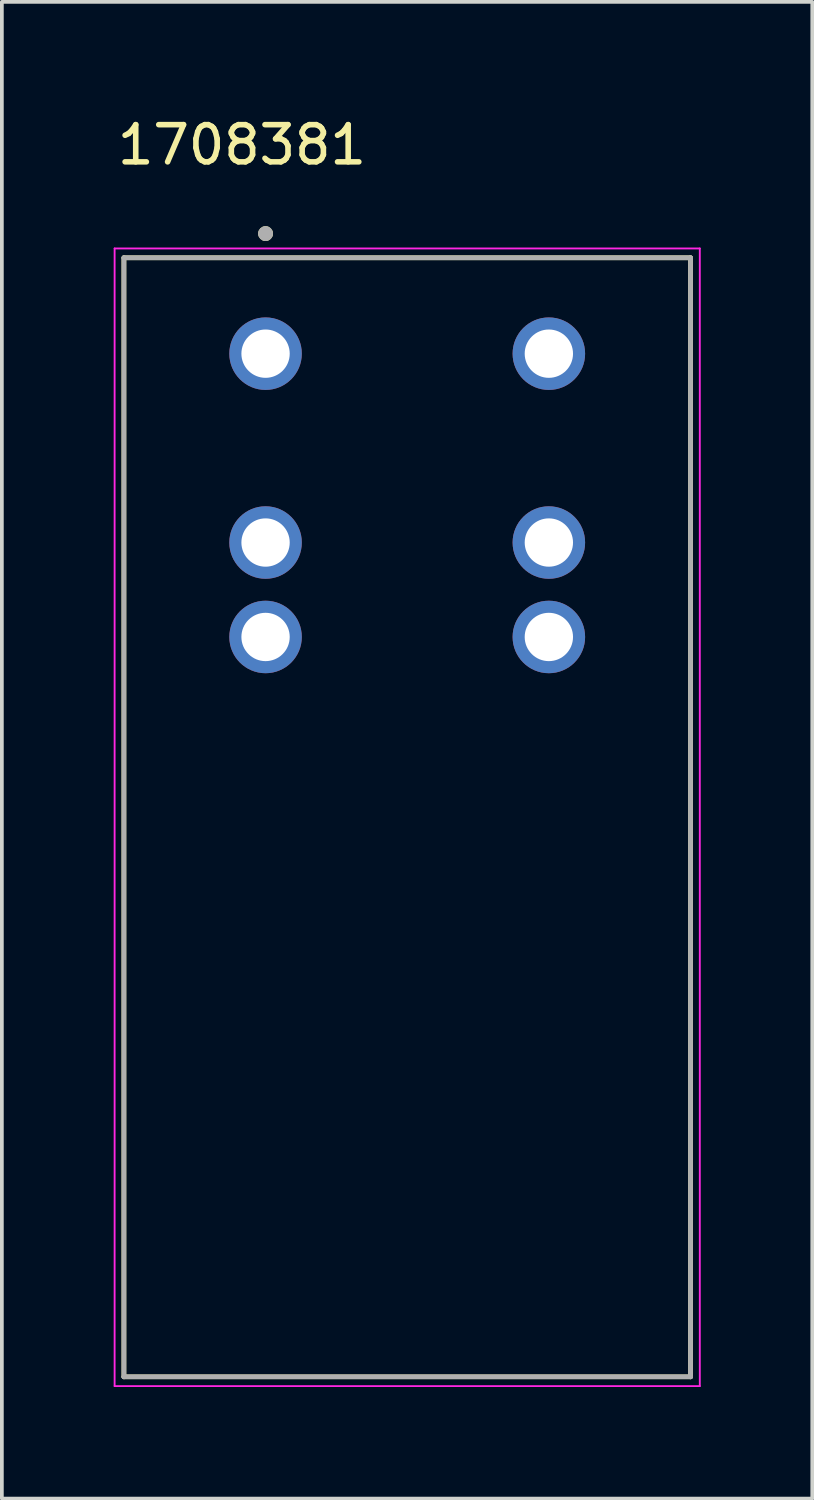
<source format=kicad_pcb>
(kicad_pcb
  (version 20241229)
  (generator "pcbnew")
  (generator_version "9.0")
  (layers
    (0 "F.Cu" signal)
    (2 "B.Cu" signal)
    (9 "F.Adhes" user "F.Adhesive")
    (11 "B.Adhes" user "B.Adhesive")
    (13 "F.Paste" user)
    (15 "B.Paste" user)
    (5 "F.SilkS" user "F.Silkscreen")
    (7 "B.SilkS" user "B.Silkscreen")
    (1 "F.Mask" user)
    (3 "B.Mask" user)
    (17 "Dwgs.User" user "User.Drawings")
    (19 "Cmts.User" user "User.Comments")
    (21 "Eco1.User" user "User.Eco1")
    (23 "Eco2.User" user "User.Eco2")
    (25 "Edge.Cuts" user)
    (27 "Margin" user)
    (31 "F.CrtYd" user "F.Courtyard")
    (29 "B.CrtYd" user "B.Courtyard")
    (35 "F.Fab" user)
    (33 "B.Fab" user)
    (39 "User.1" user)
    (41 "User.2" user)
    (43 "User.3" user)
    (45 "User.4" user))
  (footprint "1708381"
    (layer "F.Cu")
    (at 0.283 33.983)
    (property "Reference" "1708381" (at 3.175 -33.135 0) (layer "F.SilkS") (effects (font (size 1 1) (thickness 0.15))))
    (attr through_hole)
    (fp_line (start 0 -30.1) (end 0 0) (stroke (width 0.127) (type solid)) (layer "F.SilkS"))
    (fp_line (start 0 0) (end 15.24 0) (stroke (width 0.127) (type solid)) (layer "F.SilkS"))
    (fp_line (start 15.24 -30.1) (end 0 -30.1) (stroke (width 0.127) (type solid)) (layer "F.SilkS"))
    (fp_line (start 15.24 0) (end 15.24 -30.1) (stroke (width 0.127) (type solid)) (layer "F.SilkS"))
    (fp_circle (center 3.81 -30.75) (end 3.91 -30.75) (stroke (width 0.2) (type solid)) (fill no) (layer "F.SilkS"))
    (fp_line (start -0.25 -30.35) (end -0.25 0.25) (stroke (width 0.05) (type solid)) (layer "F.CrtYd"))
    (fp_line (start -0.25 0.25) (end 15.49 0.25) (stroke (width 0.05) (type solid)) (layer "F.CrtYd"))
    (fp_line (start 15.49 -30.35) (end -0.25 -30.35) (stroke (width 0.05) (type solid)) (layer "F.CrtYd"))
    (fp_line (start 15.49 0.25) (end 15.49 -30.35) (stroke (width 0.05) (type solid)) (layer "F.CrtYd"))
    (fp_line (start 0 -30.1) (end 0 0) (stroke (width 0.127) (type solid)) (layer "F.Fab"))
    (fp_line (start 0 0) (end 15.24 0) (stroke (width 0.127) (type solid)) (layer "F.Fab"))
    (fp_line (start 15.24 -30.1) (end 0 -30.1) (stroke (width 0.127) (type solid)) (layer "F.Fab"))
    (fp_line (start 15.24 0) (end 15.24 -30.1) (stroke (width 0.127) (type solid)) (layer "F.Fab"))
    (fp_circle (center 3.81 -30.75) (end 3.91 -30.75) (stroke (width 0.2) (type solid)) (fill no) (layer "F.Fab"))
    (pad "1_1" thru_hole circle (at 3.81 -27.52) (size 1.95 1.95) (drill 1.3) (layers "*.Cu" "*.Mask"))
    (pad "1_2" thru_hole circle (at 3.81 -22.44) (size 1.95 1.95) (drill 1.3) (layers "*.Cu" "*.Mask"))
    (pad "1_3" thru_hole circle (at 3.81 -19.9) (size 1.95 1.95) (drill 1.3) (layers "*.Cu" "*.Mask"))
    (pad "2_1" thru_hole circle (at 11.43 -27.52) (size 1.95 1.95) (drill 1.3) (layers "*.Cu" "*.Mask"))
    (pad "2_2" thru_hole circle (at 11.43 -22.44) (size 1.95 1.95) (drill 1.3) (layers "*.Cu" "*.Mask"))
    (pad "2_3" thru_hole circle (at 11.43 -19.9) (size 1.95 1.95) (drill 1.3) (layers "*.Cu" "*.Mask")))
  (gr_rect
    (start -3 -3)
    (end 18.798 37.258)
    (stroke (width 0.1) (type default))
    (fill no)
    (layer "Edge.Cuts")))
</source>
